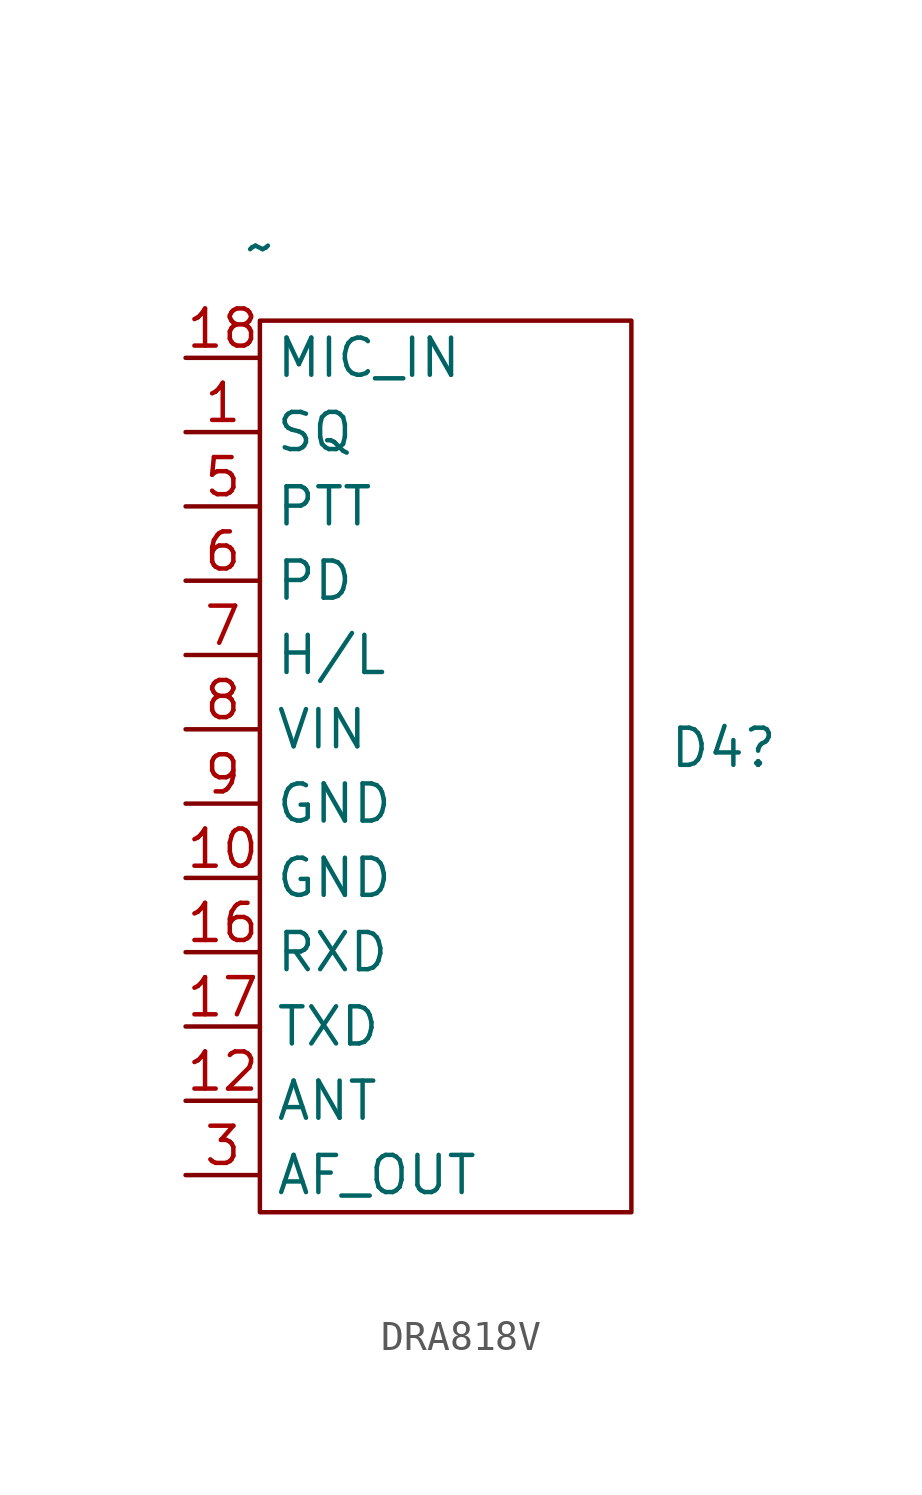
<source format=kicad_sym>
(kicad_symbol_lib
  (version 20220914)
  (generator kicad_symbol_editor)
  (symbol "DRA818V"
    (property "Reference" "D4"
      (at 13.97 -17.145 0)
      (effects (font (size 1.27 1.27)) (justify left)))
    (property "Value" "~"
      (at 0 0 0)
      (effects (font (size 1.27 1.27))))
    (symbol "DRA818V_0_1"
      (rectangle (start 0 -2.54) (end 12.7 -33.02) (stroke (width 0) (type default)) (fill (type none))))
    (symbol "DRA818V_1_1"
      (pin output line (at -2.54 -6.35 0) (length 2.54) (name "SQ" (effects (font (size 1.27 1.27)))) (number "1" (effects (font (size 1.27 1.27)))))
      (pin passive line (at -2.54 -21.59 0) (length 2.54) (name "GND" (effects (font (size 1.27 1.27)))) (number "10" (effects (font (size 1.27 1.27)))))
      (pin passive line (at -2.54 -29.21 0) (length 2.54) (name "ANT" (effects (font (size 1.27 1.27)))) (number "12" (effects (font (size 1.27 1.27)))))
      (pin input line (at -2.54 -24.13 0) (length 2.54) (name "RXD" (effects (font (size 1.27 1.27)))) (number "16" (effects (font (size 1.27 1.27)))))
      (pin output line (at -2.54 -26.67 0) (length 2.54) (name "TXD" (effects (font (size 1.27 1.27)))) (number "17" (effects (font (size 1.27 1.27)))))
      (pin input line (at -2.54 -3.81 0) (length 2.54) (name "MIC_IN" (effects (font (size 1.27 1.27)))) (number "18" (effects (font (size 1.27 1.27)))))
      (pin output line (at -2.54 -31.75 0) (length 2.54) (name "AF_OUT" (effects (font (size 1.27 1.27)))) (number "3" (effects (font (size 1.27 1.27)))))
      (pin input line (at -2.54 -8.89 0) (length 2.54) (name "PTT" (effects (font (size 1.27 1.27)))) (number "5" (effects (font (size 1.27 1.27)))))
      (pin input line (at -2.54 -11.43 0) (length 2.54) (name "PD" (effects (font (size 1.27 1.27)))) (number "6" (effects (font (size 1.27 1.27)))))
      (pin input line (at -2.54 -13.97 0) (length 2.54) (name "H/L" (effects (font (size 1.27 1.27)))) (number "7" (effects (font (size 1.27 1.27)))))
      (pin power_in line (at -2.54 -16.51 0) (length 2.54) (name "VIN" (effects (font (size 1.27 1.27)))) (number "8" (effects (font (size 1.27 1.27)))))
      (pin passive line (at -2.54 -19.05 0) (length 2.54) (name "GND" (effects (font (size 1.27 1.27)))) (number "9" (effects (font (size 1.27 1.27))))))))
</source>
